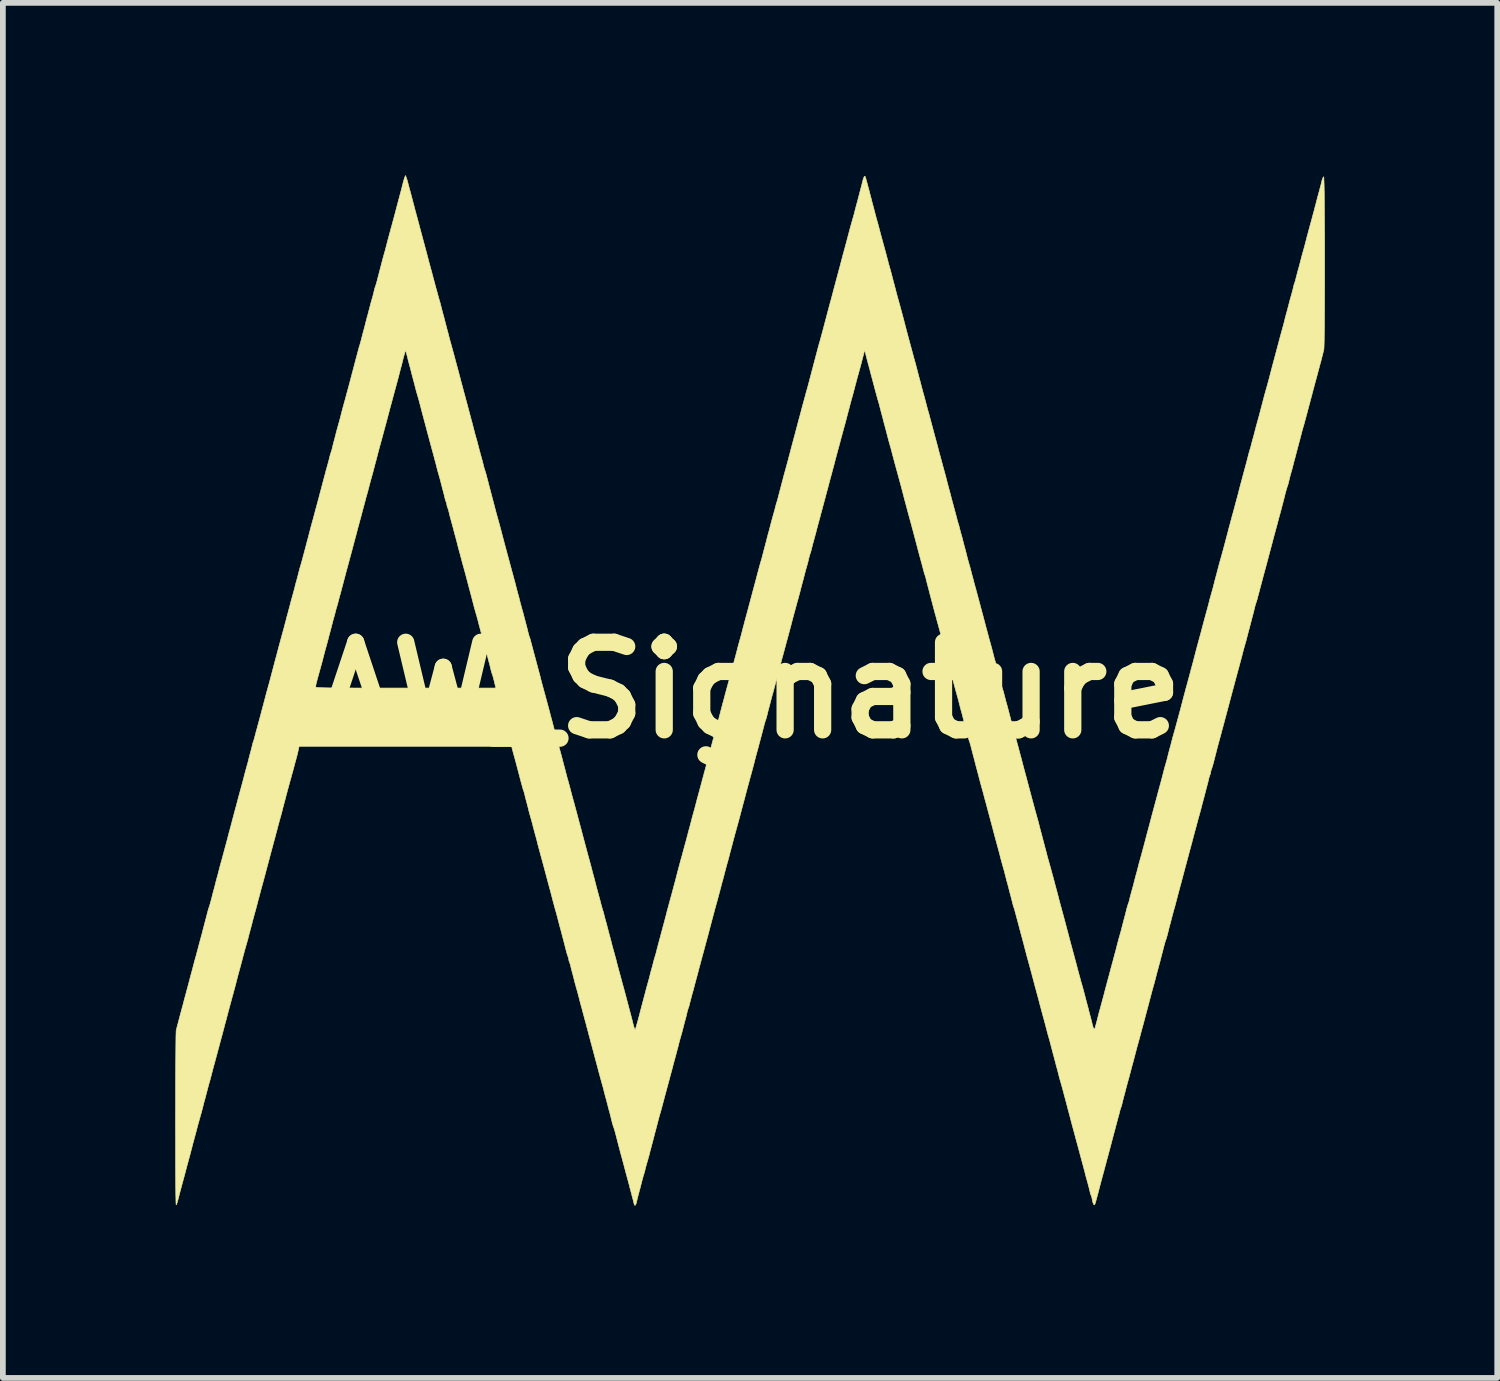
<source format=kicad_pcb>
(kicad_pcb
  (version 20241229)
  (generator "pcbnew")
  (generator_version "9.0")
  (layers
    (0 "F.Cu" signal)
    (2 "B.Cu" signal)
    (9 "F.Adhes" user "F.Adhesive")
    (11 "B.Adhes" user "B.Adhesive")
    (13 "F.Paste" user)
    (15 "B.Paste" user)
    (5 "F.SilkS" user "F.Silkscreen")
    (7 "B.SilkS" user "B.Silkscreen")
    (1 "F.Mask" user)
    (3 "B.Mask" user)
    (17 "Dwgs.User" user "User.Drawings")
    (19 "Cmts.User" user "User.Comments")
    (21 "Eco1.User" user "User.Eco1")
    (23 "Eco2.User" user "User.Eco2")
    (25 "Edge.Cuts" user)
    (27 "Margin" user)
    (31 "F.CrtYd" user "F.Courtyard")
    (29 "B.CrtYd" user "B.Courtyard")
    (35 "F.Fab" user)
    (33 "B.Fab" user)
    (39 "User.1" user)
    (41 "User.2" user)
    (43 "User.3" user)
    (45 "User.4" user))
  (footprint "AW_Signature"
    (layer "F.Cu")
    (at 10 8.965)
    (property "Reference" "AW_Signature" (at 0 0 0) (layer "F.SilkS") (effects (font (size 1.524 1.524) (thickness 0.3))))
    (attr through_hole)
    (fp_poly (pts (xy -5.979 -8.928) (xy -5.969 -8.9) (xy -5.956 -8.856) (xy -5.943 -8.807) (xy -5.928 -8.749) (xy -5.909 -8.68) (xy -5.892 -8.617) (xy -5.892 -8.617) (xy -5.876 -8.556) (xy -5.857 -8.483) (xy -5.838 -8.413) (xy -5.834 -8.395) (xy -5.819 -8.338) (xy -5.805 -8.287) (xy -5.794 -8.248) (xy -5.791 -8.236) (xy -5.783 -8.207) (xy -5.771 -8.161) (xy -5.756 -8.106) (xy -5.749 -8.077) (xy -5.732 -8.014) (xy -5.715 -7.951) (xy -5.697 -7.883) (xy -5.675 -7.802) (xy -5.649 -7.705) (xy -5.645 -7.69) (xy -5.632 -7.642) (xy -5.616 -7.581) (xy -5.599 -7.516) (xy -5.593 -7.493) (xy -5.578 -7.436) (xy -5.564 -7.385) (xy -5.553 -7.346) (xy -5.55 -7.334) (xy -5.542 -7.305) (xy -5.53 -7.26) (xy -5.515 -7.205) (xy -5.508 -7.176) (xy -5.487 -7.099) (xy -5.464 -7.012) (xy -5.439 -6.923) (xy -5.417 -6.841) (xy -5.398 -6.775) (xy -5.396 -6.769) (xy -5.385 -6.731) (xy -5.373 -6.682) (xy -5.366 -6.655) (xy -5.353 -6.604) (xy -5.34 -6.555) (xy -5.334 -6.534) (xy -5.322 -6.491) (xy -5.309 -6.439) (xy -5.302 -6.413) (xy -5.289 -6.363) (xy -5.276 -6.314) (xy -5.271 -6.293) (xy -5.259 -6.25) (xy -5.245 -6.198) (xy -5.239 -6.172) (xy -5.226 -6.124) (xy -5.214 -6.077) (xy -5.208 -6.058) (xy -5.195 -6.011) (xy -5.176 -5.94) (xy -5.15 -5.846) (xy -5.119 -5.729) (xy -5.081 -5.589) (xy -5.038 -5.427) (xy -5.029 -5.391) (xy -5.013 -5.332) (xy -4.996 -5.269) (xy -4.985 -5.226) (xy -4.972 -5.178) (xy -4.955 -5.117) (xy -4.938 -5.052) (xy -4.932 -5.029) (xy -4.906 -4.933) (xy -4.882 -4.843) (xy -4.861 -4.764) (xy -4.845 -4.703) (xy -4.837 -4.674) (xy -4.826 -4.635) (xy -4.814 -4.586) (xy -4.807 -4.559) (xy -4.794 -4.51) (xy -4.782 -4.462) (xy -4.776 -4.442) (xy -4.763 -4.395) (xy -4.749 -4.347) (xy -4.749 -4.347) (xy -4.738 -4.306) (xy -4.725 -4.255) (xy -4.718 -4.229) (xy -4.706 -4.181) (xy -4.693 -4.134) (xy -4.688 -4.115) (xy -4.671 -4.054) (xy -4.654 -3.992) (xy -4.64 -3.938) (xy -4.63 -3.897) (xy -4.627 -3.886) (xy -4.618 -3.85) (xy -4.61 -3.829) (xy -4.602 -3.805) (xy -4.59 -3.765) (xy -4.576 -3.714) (xy -4.572 -3.696) (xy -4.557 -3.64) (xy -4.544 -3.589) (xy -4.534 -3.55) (xy -4.532 -3.543) (xy -4.522 -3.505) (xy -4.509 -3.456) (xy -4.502 -3.429) (xy -4.489 -3.379) (xy -4.476 -3.329) (xy -4.47 -3.308) (xy -4.459 -3.265) (xy -4.445 -3.214) (xy -4.439 -3.188) (xy -4.426 -3.139) (xy -4.414 -3.093) (xy -4.408 -3.073) (xy -4.395 -3.025) (xy -4.376 -2.957) (xy -4.353 -2.874) (xy -4.328 -2.78) (xy -4.302 -2.68) (xy -4.28 -2.597) (xy -4.232 -2.417) (xy -4.184 -2.24) (xy -4.14 -2.076) (xy -4.133 -2.051) (xy -4.114 -1.982) (xy -4.097 -1.916) (xy -4.081 -1.859) (xy -4.071 -1.818) (xy -4.07 -1.816) (xy -4.058 -1.766) (xy -4.044 -1.716) (xy -4.039 -1.695) (xy -4.027 -1.653) (xy -4.013 -1.601) (xy -4.007 -1.575) (xy -3.994 -1.525) (xy -3.981 -1.477) (xy -3.976 -1.457) (xy -3.963 -1.41) (xy -3.949 -1.363) (xy -3.949 -1.362) (xy -3.938 -1.321) (xy -3.925 -1.271) (xy -3.918 -1.245) (xy -3.905 -1.194) (xy -3.892 -1.145) (xy -3.886 -1.124) (xy -3.874 -1.077) (xy -3.862 -1.026) (xy -3.859 -1.016) (xy -3.849 -0.975) (xy -3.839 -0.941) (xy -3.836 -0.933) (xy -3.824 -0.9) (xy -3.817 -0.876) (xy -3.811 -0.85) (xy -3.799 -0.807) (xy -3.785 -0.754) (xy -3.777 -0.724) (xy -3.758 -0.652) (xy -3.736 -0.571) (xy -3.716 -0.496) (xy -3.713 -0.483) (xy -3.697 -0.425) (xy -3.683 -0.372) (xy -3.672 -0.331) (xy -3.668 -0.318) (xy -3.658 -0.279) (xy -3.645 -0.23) (xy -3.639 -0.203) (xy -3.626 -0.155) (xy -3.614 -0.108) (xy -3.609 -0.089) (xy -3.596 -0.042) (xy -3.579 0.021) (xy -3.559 0.093) (xy -3.54 0.164) (xy -3.524 0.222) (xy -3.491 0.346) (xy -3.462 0.457) (xy -3.436 0.552) (xy -3.417 0.627) (xy -3.416 0.629) (xy -3.401 0.688) (xy -3.384 0.751) (xy -3.372 0.794) (xy -3.356 0.85) (xy -3.34 0.91) (xy -3.332 0.94) (xy -3.319 0.988) (xy -3.306 1.034) (xy -3.301 1.054) (xy -3.29 1.093) (xy -3.277 1.142) (xy -3.27 1.168) (xy -3.257 1.219) (xy -3.244 1.268) (xy -3.239 1.289) (xy -3.227 1.332) (xy -3.213 1.384) (xy -3.207 1.41) (xy -3.194 1.458) (xy -3.182 1.504) (xy -3.177 1.524) (xy -3.154 1.604) (xy -3.136 1.671) (xy -3.119 1.734) (xy -3.118 1.74) (xy -3.105 1.788) (xy -3.093 1.835) (xy -3.088 1.854) (xy -3.075 1.899) (xy -3.057 1.964) (xy -3.035 2.046) (xy -3.01 2.139) (xy -2.983 2.24) (xy -2.955 2.345) (xy -2.927 2.449) (xy -2.901 2.549) (xy -2.877 2.639) (xy -2.856 2.716) (xy -2.851 2.737) (xy -2.833 2.803) (xy -2.814 2.874) (xy -2.797 2.936) (xy -2.794 2.946) (xy -2.778 3.005) (xy -2.762 3.064) (xy -2.75 3.111) (xy -2.737 3.162) (xy -2.724 3.211) (xy -2.718 3.232) (xy -2.706 3.275) (xy -2.693 3.327) (xy -2.686 3.353) (xy -2.674 3.401) (xy -2.662 3.448) (xy -2.656 3.467) (xy -2.648 3.498) (xy -2.635 3.546) (xy -2.619 3.605) (xy -2.602 3.667) (xy -2.587 3.726) (xy -2.574 3.775) (xy -2.571 3.785) (xy -2.562 3.817) (xy -2.556 3.835) (xy -2.548 3.858) (xy -2.538 3.896) (xy -2.533 3.918) (xy -2.52 3.968) (xy -2.507 4.017) (xy -2.502 4.032) (xy -2.49 4.075) (xy -2.477 4.127) (xy -2.47 4.153) (xy -2.457 4.203) (xy -2.444 4.253) (xy -2.438 4.274) (xy -2.427 4.316) (xy -2.413 4.368) (xy -2.407 4.394) (xy -2.394 4.444) (xy -2.381 4.492) (xy -2.376 4.512) (xy -2.362 4.559) (xy -2.349 4.606) (xy -2.349 4.607) (xy -2.338 4.648) (xy -2.324 4.698) (xy -2.318 4.724) (xy -2.308 4.764) (xy -2.293 4.82) (xy -2.275 4.887) (xy -2.256 4.955) (xy -2.255 4.959) (xy -2.218 5.097) (xy -2.18 5.235) (xy -2.144 5.37) (xy -2.111 5.496) (xy -2.08 5.612) (xy -2.054 5.711) (xy -2.034 5.791) (xy -2.03 5.807) (xy -2.017 5.855) (xy -2.005 5.89) (xy -1.996 5.908) (xy -1.993 5.909) (xy -1.987 5.893) (xy -1.975 5.856) (xy -1.96 5.802) (xy -1.941 5.734) (xy -1.92 5.655) (xy -1.898 5.57) (xy -1.886 5.524) (xy -1.873 5.474) (xy -1.86 5.425) (xy -1.854 5.404) (xy -1.843 5.361) (xy -1.829 5.309) (xy -1.822 5.283) (xy -1.806 5.22) (xy -1.788 5.154) (xy -1.766 5.076) (xy -1.764 5.067) (xy -1.753 5.029) (xy -1.74 4.98) (xy -1.734 4.953) (xy -1.721 4.903) (xy -1.707 4.853) (xy -1.701 4.832) (xy -1.689 4.788) (xy -1.676 4.736) (xy -1.671 4.718) (xy -1.661 4.678) (xy -1.651 4.646) (xy -1.648 4.636) (xy -1.641 4.615) (xy -1.63 4.577) (xy -1.618 4.528) (xy -1.613 4.508) (xy -1.599 4.454) (xy -1.586 4.405) (xy -1.576 4.369) (xy -1.575 4.362) (xy -1.567 4.334) (xy -1.554 4.288) (xy -1.54 4.233) (xy -1.53 4.197) (xy -1.515 4.139) (xy -1.5 4.084) (xy -1.488 4.042) (xy -1.484 4.026) (xy -1.474 3.987) (xy -1.461 3.938) (xy -1.454 3.912) (xy -1.442 3.863) (xy -1.43 3.817) (xy -1.424 3.797) (xy -1.413 3.756) (xy -1.397 3.696) (xy -1.377 3.623) (xy -1.355 3.544) (xy -1.34 3.486) (xy -1.327 3.437) (xy -1.31 3.375) (xy -1.293 3.312) (xy -1.289 3.296) (xy -1.254 3.16) (xy -1.22 3.033) (xy -1.19 2.922) (xy -1.187 2.915) (xy -1.172 2.858) (xy -1.156 2.798) (xy -1.148 2.769) (xy -1.135 2.72) (xy -1.122 2.674) (xy -1.116 2.654) (xy -1.106 2.616) (xy -1.093 2.567) (xy -1.086 2.54) (xy -1.073 2.49) (xy -1.06 2.44) (xy -1.054 2.419) (xy -1.042 2.376) (xy -1.029 2.325) (xy -1.022 2.299) (xy -1.006 2.236) (xy -0.988 2.17) (xy -0.966 2.091) (xy -0.964 2.083) (xy -0.953 2.044) (xy -0.94 1.995) (xy -0.933 1.968) (xy -0.921 1.92) (xy -0.909 1.874) (xy -0.903 1.854) (xy -0.897 1.831) (xy -0.889 1.801) (xy -0.877 1.76) (xy -0.863 1.705) (xy -0.843 1.633) (xy -0.819 1.54) (xy -0.814 1.524) (xy -0.798 1.464) (xy -0.781 1.401) (xy -0.768 1.353) (xy -0.755 1.305) (xy -0.739 1.243) (xy -0.722 1.179) (xy -0.716 1.156) (xy -0.69 1.061) (xy -0.671 0.986) (xy -0.655 0.927) (xy -0.643 0.881) (xy -0.632 0.843) (xy -0.623 0.809) (xy -0.613 0.774) (xy -0.61 0.762) (xy -0.593 0.704) (xy -0.577 0.644) (xy -0.565 0.597) (xy -0.552 0.547) (xy -0.539 0.497) (xy -0.533 0.476) (xy -0.522 0.433) (xy -0.508 0.381) (xy -0.502 0.356) (xy -0.489 0.307) (xy -0.477 0.261) (xy -0.472 0.241) (xy -0.463 0.21) (xy -0.45 0.162) (xy -0.435 0.105) (xy -0.426 0.07) (xy -0.41 0.012) (xy -0.396 -0.041) (xy -0.385 -0.08) (xy -0.381 -0.095) (xy -0.372 -0.129) (xy -0.359 -0.175) (xy -0.35 -0.21) (xy -0.336 -0.259) (xy -0.323 -0.306) (xy -0.316 -0.33) (xy -0.305 -0.369) (xy -0.293 -0.418) (xy -0.286 -0.445) (xy -0.273 -0.495) (xy -0.26 -0.544) (xy -0.254 -0.565) (xy -0.242 -0.608) (xy -0.229 -0.66) (xy -0.222 -0.686) (xy -0.206 -0.749) (xy -0.188 -0.815) (xy -0.166 -0.893) (xy -0.164 -0.902) (xy -0.153 -0.94) (xy -0.14 -0.989) (xy -0.133 -1.016) (xy -0.122 -1.061) (xy -0.106 -1.12) (xy -0.089 -1.183) (xy -0.085 -1.2) (xy -0.044 -1.351) (xy 0.002 -1.523) (xy 0.052 -1.711) (xy 0.106 -1.912) (xy 0.139 -2.038) (xy 0.157 -2.104) (xy 0.174 -2.168) (xy 0.189 -2.221) (xy 0.199 -2.254) (xy 0.214 -2.306) (xy 0.229 -2.364) (xy 0.235 -2.388) (xy 0.248 -2.438) (xy 0.261 -2.488) (xy 0.267 -2.508) (xy 0.278 -2.551) (xy 0.292 -2.603) (xy 0.298 -2.629) (xy 0.311 -2.679) (xy 0.324 -2.729) (xy 0.33 -2.75) (xy 0.342 -2.792) (xy 0.355 -2.844) (xy 0.362 -2.87) (xy 0.376 -2.923) (xy 0.39 -2.976) (xy 0.407 -3.038) (xy 0.42 -3.083) (xy 0.432 -3.125) (xy 0.445 -3.175) (xy 0.45 -3.194) (xy 0.46 -3.235) (xy 0.47 -3.267) (xy 0.473 -3.277) (xy 0.48 -3.297) (xy 0.49 -3.335) (xy 0.503 -3.384) (xy 0.508 -3.404) (xy 0.522 -3.459) (xy 0.536 -3.51) (xy 0.546 -3.549) (xy 0.548 -3.556) (xy 0.558 -3.595) (xy 0.571 -3.644) (xy 0.578 -3.67) (xy 0.59 -3.719) (xy 0.603 -3.765) (xy 0.608 -3.785) (xy 0.624 -3.839) (xy 0.638 -3.892) (xy 0.654 -3.951) (xy 0.674 -4.025) (xy 0.677 -4.039) (xy 0.696 -4.108) (xy 0.717 -4.189) (xy 0.737 -4.265) (xy 0.743 -4.286) (xy 0.76 -4.352) (xy 0.779 -4.421) (xy 0.795 -4.481) (xy 0.8 -4.502) (xy 0.816 -4.561) (xy 0.833 -4.624) (xy 0.844 -4.667) (xy 0.857 -4.715) (xy 0.874 -4.777) (xy 0.891 -4.841) (xy 0.897 -4.864) (xy 0.918 -4.944) (xy 0.941 -5.027) (xy 0.963 -5.107) (xy 0.982 -5.179) (xy 0.998 -5.236) (xy 1.005 -5.258) (xy 1.015 -5.296) (xy 1.028 -5.345) (xy 1.035 -5.372) (xy 1.048 -5.422) (xy 1.061 -5.472) (xy 1.067 -5.493) (xy 1.078 -5.536) (xy 1.092 -5.588) (xy 1.099 -5.613) (xy 1.111 -5.664) (xy 1.125 -5.713) (xy 1.13 -5.734) (xy 1.142 -5.777) (xy 1.155 -5.829) (xy 1.162 -5.855) (xy 1.175 -5.903) (xy 1.187 -5.949) (xy 1.192 -5.969) (xy 1.208 -6.026) (xy 1.23 -6.102) (xy 1.255 -6.195) (xy 1.283 -6.298) (xy 1.312 -6.409) (xy 1.342 -6.522) (xy 1.367 -6.617) (xy 1.382 -6.673) (xy 1.396 -6.725) (xy 1.406 -6.763) (xy 1.41 -6.775) (xy 1.418 -6.804) (xy 1.43 -6.85) (xy 1.445 -6.905) (xy 1.452 -6.934) (xy 1.469 -6.998) (xy 1.486 -7.06) (xy 1.504 -7.129) (xy 1.526 -7.209) (xy 1.552 -7.307) (xy 1.556 -7.322) (xy 1.569 -7.369) (xy 1.585 -7.431) (xy 1.602 -7.495) (xy 1.608 -7.518) (xy 1.623 -7.575) (xy 1.637 -7.626) (xy 1.647 -7.665) (xy 1.651 -7.677) (xy 1.659 -7.706) (xy 1.671 -7.751) (xy 1.686 -7.807) (xy 1.695 -7.842) (xy 1.722 -7.943) (xy 1.743 -8.023) (xy 1.76 -8.085) (xy 1.773 -8.132) (xy 1.779 -8.153) (xy 1.792 -8.199) (xy 1.805 -8.242) (xy 1.816 -8.281) (xy 1.828 -8.33) (xy 1.835 -8.357) (xy 1.848 -8.407) (xy 1.861 -8.457) (xy 1.867 -8.477) (xy 1.879 -8.52) (xy 1.892 -8.572) (xy 1.899 -8.598) (xy 1.912 -8.648) (xy 1.925 -8.698) (xy 1.93 -8.719) (xy 1.942 -8.761) (xy 1.955 -8.813) (xy 1.961 -8.84) (xy 1.976 -8.896) (xy 1.99 -8.933) (xy 2.002 -8.949) (xy 2.011 -8.942) (xy 2.012 -8.941) (xy 2.018 -8.921) (xy 2.029 -8.882) (xy 2.044 -8.828) (xy 2.06 -8.767) (xy 2.078 -8.702) (xy 2.094 -8.639) (xy 2.108 -8.584) (xy 2.115 -8.56) (xy 2.127 -8.509) (xy 2.141 -8.46) (xy 2.146 -8.439) (xy 2.158 -8.396) (xy 2.171 -8.344) (xy 2.178 -8.319) (xy 2.19 -8.27) (xy 2.203 -8.224) (xy 2.208 -8.204) (xy 2.231 -8.124) (xy 2.249 -8.057) (xy 2.265 -7.994) (xy 2.267 -7.988) (xy 2.279 -7.94) (xy 2.292 -7.894) (xy 2.297 -7.874) (xy 2.308 -7.837) (xy 2.321 -7.788) (xy 2.331 -7.753) (xy 2.344 -7.704) (xy 2.357 -7.657) (xy 2.364 -7.633) (xy 2.374 -7.594) (xy 2.387 -7.545) (xy 2.394 -7.518) (xy 2.407 -7.469) (xy 2.419 -7.421) (xy 2.425 -7.401) (xy 2.438 -7.354) (xy 2.452 -7.307) (xy 2.452 -7.306) (xy 2.463 -7.265) (xy 2.476 -7.215) (xy 2.483 -7.188) (xy 2.496 -7.138) (xy 2.509 -7.088) (xy 2.515 -7.068) (xy 2.526 -7.025) (xy 2.54 -6.973) (xy 2.546 -6.947) (xy 2.559 -6.898) (xy 2.575 -6.838) (xy 2.591 -6.782) (xy 2.6 -6.75) (xy 2.608 -6.72) (xy 2.617 -6.688) (xy 2.627 -6.651) (xy 2.639 -6.605) (xy 2.655 -6.547) (xy 2.675 -6.472) (xy 2.7 -6.377) (xy 2.705 -6.356) (xy 2.731 -6.257) (xy 2.759 -6.152) (xy 2.787 -6.048) (xy 2.814 -5.948) (xy 2.839 -5.856) (xy 2.86 -5.778) (xy 2.877 -5.717) (xy 2.885 -5.69) (xy 2.895 -5.651) (xy 2.908 -5.602) (xy 2.915 -5.575) (xy 2.928 -5.525) (xy 2.941 -5.475) (xy 2.946 -5.455) (xy 2.958 -5.412) (xy 2.972 -5.36) (xy 2.978 -5.334) (xy 2.991 -5.285) (xy 3.004 -5.237) (xy 3.009 -5.217) (xy 3.022 -5.169) (xy 3.036 -5.122) (xy 3.036 -5.121) (xy 3.047 -5.081) (xy 3.06 -5.03) (xy 3.067 -5.004) (xy 3.08 -4.955) (xy 3.092 -4.909) (xy 3.097 -4.889) (xy 3.108 -4.852) (xy 3.122 -4.803) (xy 3.139 -4.738) (xy 3.161 -4.655) (xy 3.182 -4.578) (xy 3.197 -4.521) (xy 3.211 -4.468) (xy 3.222 -4.428) (xy 3.226 -4.413) (xy 3.234 -4.384) (xy 3.246 -4.339) (xy 3.261 -4.284) (xy 3.269 -4.255) (xy 3.285 -4.191) (xy 3.302 -4.127) (xy 3.317 -4.073) (xy 3.321 -4.058) (xy 3.343 -3.977) (xy 3.364 -3.899) (xy 3.383 -3.829) (xy 3.398 -3.774) (xy 3.406 -3.747) (xy 3.416 -3.708) (xy 3.429 -3.659) (xy 3.435 -3.632) (xy 3.448 -3.584) (xy 3.46 -3.537) (xy 3.465 -3.518) (xy 3.474 -3.486) (xy 3.487 -3.438) (xy 3.502 -3.381) (xy 3.509 -3.353) (xy 3.528 -3.281) (xy 3.55 -3.2) (xy 3.57 -3.125) (xy 3.574 -3.111) (xy 3.589 -3.056) (xy 3.602 -3.006) (xy 3.611 -2.97) (xy 3.614 -2.959) (xy 3.623 -2.927) (xy 3.629 -2.908) (xy 3.636 -2.885) (xy 3.647 -2.848) (xy 3.652 -2.826) (xy 3.665 -2.776) (xy 3.678 -2.727) (xy 3.683 -2.711) (xy 3.695 -2.669) (xy 3.708 -2.617) (xy 3.715 -2.591) (xy 3.728 -2.54) (xy 3.741 -2.491) (xy 3.747 -2.47) (xy 3.758 -2.427) (xy 3.772 -2.375) (xy 3.778 -2.349) (xy 3.794 -2.286) (xy 3.812 -2.221) (xy 3.835 -2.142) (xy 3.837 -2.134) (xy 3.848 -2.095) (xy 3.86 -2.046) (xy 3.867 -2.019) (xy 3.879 -1.974) (xy 3.895 -1.915) (xy 3.911 -1.853) (xy 3.916 -1.835) (xy 3.935 -1.767) (xy 3.956 -1.689) (xy 3.976 -1.615) (xy 3.98 -1.6) (xy 3.997 -1.537) (xy 4.014 -1.473) (xy 4.028 -1.419) (xy 4.033 -1.403) (xy 4.045 -1.356) (xy 4.062 -1.294) (xy 4.079 -1.229) (xy 4.085 -1.206) (xy 4.11 -1.111) (xy 4.13 -1.037) (xy 4.146 -0.978) (xy 4.158 -0.932) (xy 4.168 -0.894) (xy 4.178 -0.86) (xy 4.188 -0.825) (xy 4.191 -0.813) (xy 4.207 -0.755) (xy 4.223 -0.695) (xy 4.235 -0.648) (xy 4.248 -0.597) (xy 4.261 -0.548) (xy 4.267 -0.527) (xy 4.279 -0.484) (xy 4.292 -0.432) (xy 4.299 -0.406) (xy 4.311 -0.358) (xy 4.323 -0.312) (xy 4.329 -0.292) (xy 4.338 -0.259) (xy 4.35 -0.21) (xy 4.365 -0.155) (xy 4.368 -0.14) (xy 4.382 -0.088) (xy 4.395 -0.043) (xy 4.404 -0.012) (xy 4.407 -0.006) (xy 4.418 0.027) (xy 4.424 0.051) (xy 4.432 0.083) (xy 4.445 0.133) (xy 4.46 0.192) (xy 4.478 0.254) (xy 4.485 0.279) (xy 4.495 0.318) (xy 4.508 0.367) (xy 4.515 0.394) (xy 4.528 0.444) (xy 4.541 0.494) (xy 4.547 0.514) (xy 4.558 0.557) (xy 4.572 0.609) (xy 4.578 0.635) (xy 4.59 0.681) (xy 4.602 0.728) (xy 4.617 0.782) (xy 4.635 0.845) (xy 4.644 0.876) (xy 4.658 0.929) (xy 4.678 1.002) (xy 4.701 1.09) (xy 4.729 1.192) (xy 4.758 1.305) (xy 4.79 1.425) (xy 4.807 1.486) (xy 4.835 1.593) (xy 4.864 1.702) (xy 4.893 1.81) (xy 4.92 1.913) (xy 4.946 2.007) (xy 4.968 2.09) (xy 4.987 2.157) (xy 5 2.205) (xy 5.005 2.223) (xy 5.016 2.261) (xy 5.029 2.31) (xy 5.036 2.337) (xy 5.048 2.387) (xy 5.062 2.437) (xy 5.067 2.457) (xy 5.079 2.5) (xy 5.092 2.552) (xy 5.099 2.578) (xy 5.112 2.628) (xy 5.125 2.678) (xy 5.131 2.699) (xy 5.142 2.742) (xy 5.156 2.794) (xy 5.163 2.819) (xy 5.175 2.868) (xy 5.187 2.914) (xy 5.193 2.934) (xy 5.211 2.998) (xy 5.234 3.079) (xy 5.258 3.168) (xy 5.282 3.255) (xy 5.303 3.333) (xy 5.304 3.34) (xy 5.32 3.398) (xy 5.334 3.451) (xy 5.345 3.492) (xy 5.349 3.505) (xy 5.359 3.544) (xy 5.372 3.593) (xy 5.378 3.619) (xy 5.391 3.668) (xy 5.403 3.714) (xy 5.408 3.734) (xy 5.42 3.775) (xy 5.436 3.835) (xy 5.456 3.908) (xy 5.477 3.987) (xy 5.493 4.045) (xy 5.506 4.094) (xy 5.522 4.156) (xy 5.539 4.219) (xy 5.543 4.235) (xy 5.59 4.413) (xy 5.637 4.587) (xy 5.645 4.616) (xy 5.659 4.669) (xy 5.676 4.732) (xy 5.691 4.788) (xy 5.716 4.883) (xy 5.736 4.957) (xy 5.751 5.012) (xy 5.762 5.053) (xy 5.77 5.083) (xy 5.776 5.104) (xy 5.779 5.112) (xy 5.815 5.241) (xy 5.836 5.321) (xy 5.849 5.372) (xy 5.862 5.421) (xy 5.867 5.442) (xy 5.879 5.485) (xy 5.893 5.537) (xy 5.899 5.563) (xy 5.912 5.613) (xy 5.925 5.663) (xy 5.931 5.683) (xy 5.942 5.725) (xy 5.955 5.777) (xy 5.962 5.808) (xy 5.977 5.862) (xy 5.99 5.892) (xy 6.002 5.898) (xy 6.012 5.88) (xy 6.014 5.872) (xy 6.022 5.839) (xy 6.029 5.817) (xy 6.035 5.794) (xy 6.045 5.757) (xy 6.052 5.728) (xy 6.064 5.682) (xy 6.079 5.623) (xy 6.096 5.561) (xy 6.101 5.544) (xy 6.116 5.487) (xy 6.136 5.414) (xy 6.157 5.335) (xy 6.178 5.258) (xy 6.179 5.251) (xy 6.199 5.176) (xy 6.22 5.098) (xy 6.239 5.027) (xy 6.254 4.971) (xy 6.256 4.966) (xy 6.272 4.903) (xy 6.292 4.828) (xy 6.312 4.755) (xy 6.319 4.731) (xy 6.334 4.672) (xy 6.349 4.618) (xy 6.36 4.575) (xy 6.365 4.559) (xy 6.375 4.521) (xy 6.388 4.472) (xy 6.394 4.445) (xy 6.407 4.396) (xy 6.42 4.348) (xy 6.425 4.328) (xy 6.439 4.28) (xy 6.452 4.233) (xy 6.452 4.232) (xy 6.464 4.192) (xy 6.477 4.141) (xy 6.483 4.115) (xy 6.496 4.066) (xy 6.508 4.02) (xy 6.513 4) (xy 6.522 3.967) (xy 6.535 3.919) (xy 6.549 3.863) (xy 6.553 3.848) (xy 6.566 3.796) (xy 6.579 3.751) (xy 6.589 3.72) (xy 6.591 3.715) (xy 6.603 3.681) (xy 6.609 3.658) (xy 6.616 3.625) (xy 6.629 3.576) (xy 6.645 3.516) (xy 6.662 3.454) (xy 6.669 3.429) (xy 6.68 3.39) (xy 6.692 3.341) (xy 6.699 3.315) (xy 6.712 3.264) (xy 6.725 3.215) (xy 6.731 3.194) (xy 6.743 3.151) (xy 6.756 3.099) (xy 6.763 3.073) (xy 6.775 3.025) (xy 6.788 2.979) (xy 6.793 2.959) (xy 6.806 2.914) (xy 6.821 2.86) (xy 6.838 2.795) (xy 6.86 2.715) (xy 6.886 2.617) (xy 6.917 2.498) (xy 6.921 2.483) (xy 6.941 2.41) (xy 6.962 2.331) (xy 6.981 2.259) (xy 6.992 2.216) (xy 7.009 2.153) (xy 7.029 2.078) (xy 7.05 2.001) (xy 7.061 1.959) (xy 7.082 1.882) (xy 7.105 1.794) (xy 7.128 1.71) (xy 7.138 1.673) (xy 7.156 1.608) (xy 7.173 1.544) (xy 7.187 1.49) (xy 7.195 1.46) (xy 7.207 1.411) (xy 7.22 1.363) (xy 7.225 1.343) (xy 7.239 1.296) (xy 7.252 1.249) (xy 7.253 1.248) (xy 7.264 1.207) (xy 7.277 1.157) (xy 7.283 1.13) (xy 7.296 1.08) (xy 7.309 1.03) (xy 7.315 1.01) (xy 7.327 0.967) (xy 7.34 0.915) (xy 7.347 0.889) (xy 7.359 0.84) (xy 7.372 0.794) (xy 7.377 0.775) (xy 7.396 0.71) (xy 7.418 0.629) (xy 7.442 0.541) (xy 7.466 0.454) (xy 7.486 0.378) (xy 7.488 0.372) (xy 7.515 0.27) (xy 7.539 0.177) (xy 7.56 0.097) (xy 7.578 0.031) (xy 7.59 -0.015) (xy 7.594 -0.032) (xy 7.605 -0.069) (xy 7.62 -0.125) (xy 7.638 -0.191) (xy 7.657 -0.261) (xy 7.675 -0.328) (xy 7.677 -0.337) (xy 7.69 -0.385) (xy 7.707 -0.447) (xy 7.724 -0.511) (xy 7.728 -0.527) (xy 7.774 -0.704) (xy 7.821 -0.878) (xy 7.829 -0.908) (xy 7.844 -0.961) (xy 7.861 -1.024) (xy 7.875 -1.079) (xy 7.901 -1.176) (xy 7.921 -1.251) (xy 7.937 -1.308) (xy 7.948 -1.351) (xy 7.957 -1.383) (xy 7.964 -1.407) (xy 7.965 -1.41) (xy 7.975 -1.448) (xy 7.988 -1.497) (xy 7.995 -1.524) (xy 8.007 -1.573) (xy 8.019 -1.619) (xy 8.025 -1.638) (xy 8.048 -1.719) (xy 8.066 -1.785) (xy 8.082 -1.848) (xy 8.084 -1.854) (xy 8.096 -1.905) (xy 8.11 -1.954) (xy 8.115 -1.975) (xy 8.127 -2.018) (xy 8.14 -2.07) (xy 8.147 -2.095) (xy 8.16 -2.144) (xy 8.172 -2.19) (xy 8.177 -2.21) (xy 8.192 -2.262) (xy 8.212 -2.333) (xy 8.235 -2.417) (xy 8.26 -2.509) (xy 8.285 -2.603) (xy 8.293 -2.635) (xy 8.321 -2.739) (xy 8.342 -2.822) (xy 8.36 -2.887) (xy 8.374 -2.94) (xy 8.386 -2.984) (xy 8.396 -3.023) (xy 8.401 -3.042) (xy 8.416 -3.094) (xy 8.433 -3.157) (xy 8.448 -3.213) (xy 8.462 -3.266) (xy 8.475 -3.315) (xy 8.485 -3.351) (xy 8.486 -3.353) (xy 8.496 -3.391) (xy 8.509 -3.44) (xy 8.515 -3.467) (xy 8.528 -3.516) (xy 8.54 -3.562) (xy 8.545 -3.581) (xy 8.554 -3.613) (xy 8.567 -3.661) (xy 8.582 -3.718) (xy 8.591 -3.753) (xy 8.607 -3.811) (xy 8.621 -3.863) (xy 8.632 -3.903) (xy 8.636 -3.918) (xy 8.644 -3.948) (xy 8.656 -3.994) (xy 8.67 -4.048) (xy 8.674 -4.064) (xy 8.687 -4.115) (xy 8.699 -4.158) (xy 8.707 -4.186) (xy 8.709 -4.191) (xy 8.716 -4.214) (xy 8.727 -4.251) (xy 8.732 -4.274) (xy 8.745 -4.323) (xy 8.758 -4.373) (xy 8.763 -4.388) (xy 8.775 -4.431) (xy 8.788 -4.483) (xy 8.795 -4.508) (xy 8.811 -4.572) (xy 8.829 -4.637) (xy 8.851 -4.716) (xy 8.853 -4.724) (xy 8.864 -4.763) (xy 8.877 -4.812) (xy 8.884 -4.839) (xy 8.897 -4.889) (xy 8.91 -4.939) (xy 8.915 -4.959) (xy 8.927 -5.002) (xy 8.94 -5.054) (xy 8.947 -5.08) (xy 8.961 -5.134) (xy 8.977 -5.191) (xy 8.983 -5.213) (xy 8.994 -5.251) (xy 9.01 -5.306) (xy 9.027 -5.37) (xy 9.043 -5.429) (xy 9.104 -5.663) (xy 9.166 -5.894) (xy 9.225 -6.116) (xy 9.281 -6.321) (xy 9.286 -6.337) (xy 9.296 -6.376) (xy 9.309 -6.425) (xy 9.315 -6.452) (xy 9.328 -6.502) (xy 9.341 -6.552) (xy 9.347 -6.572) (xy 9.359 -6.615) (xy 9.372 -6.667) (xy 9.379 -6.693) (xy 9.392 -6.742) (xy 9.404 -6.79) (xy 9.41 -6.81) (xy 9.423 -6.857) (xy 9.437 -6.905) (xy 9.437 -6.906) (xy 9.449 -6.95) (xy 9.461 -6.999) (xy 9.463 -7.01) (xy 9.473 -7.051) (xy 9.484 -7.085) (xy 9.487 -7.093) (xy 9.498 -7.126) (xy 9.504 -7.15) (xy 9.512 -7.182) (xy 9.525 -7.232) (xy 9.54 -7.291) (xy 9.558 -7.353) (xy 9.565 -7.379) (xy 9.575 -7.417) (xy 9.588 -7.466) (xy 9.595 -7.493) (xy 9.607 -7.542) (xy 9.62 -7.588) (xy 9.625 -7.607) (xy 9.648 -7.688) (xy 9.666 -7.754) (xy 9.682 -7.817) (xy 9.684 -7.823) (xy 9.696 -7.872) (xy 9.708 -7.918) (xy 9.714 -7.938) (xy 9.723 -7.972) (xy 9.736 -8.021) (xy 9.751 -8.074) (xy 9.751 -8.077) (xy 9.768 -8.137) (xy 9.785 -8.2) (xy 9.798 -8.249) (xy 9.811 -8.297) (xy 9.828 -8.359) (xy 9.844 -8.423) (xy 9.849 -8.439) (xy 9.866 -8.506) (xy 9.886 -8.583) (xy 9.906 -8.658) (xy 9.913 -8.68) (xy 9.929 -8.742) (xy 9.945 -8.802) (xy 9.957 -8.851) (xy 9.961 -8.87) (xy 9.973 -8.907) (xy 9.985 -8.932) (xy 9.992 -8.938) (xy 9.994 -8.926) (xy 9.996 -8.891) (xy 9.998 -8.834) (xy 10 -8.758) (xy 10.002 -8.664) (xy 10.003 -8.553) (xy 10.004 -8.429) (xy 10.005 -8.293) (xy 10.006 -8.147) (xy 10.007 -7.992) (xy 10.008 -7.83) (xy 10.008 -7.665) (xy 10.008 -7.496) (xy 10.008 -7.327) (xy 10.008 -7.159) (xy 10.008 -6.994) (xy 10.007 -6.834) (xy 10.007 -6.681) (xy 10.006 -6.537) (xy 10.005 -6.403) (xy 10.004 -6.282) (xy 10.002 -6.175) (xy 10.001 -6.084) (xy 9.999 -6.012) (xy 9.997 -5.96) (xy 9.995 -5.93) (xy 9.994 -5.925) (xy 9.983 -5.882) (xy 9.97 -5.83) (xy 9.963 -5.804) (xy 9.951 -5.755) (xy 9.939 -5.709) (xy 9.933 -5.69) (xy 9.924 -5.655) (xy 9.911 -5.606) (xy 9.896 -5.553) (xy 9.896 -5.55) (xy 9.882 -5.498) (xy 9.864 -5.431) (xy 9.844 -5.358) (xy 9.829 -5.302) (xy 9.792 -5.162) (xy 9.757 -5.031) (xy 9.722 -4.899) (xy 9.691 -4.782) (xy 9.673 -4.716) (xy 9.656 -4.652) (xy 9.641 -4.599) (xy 9.631 -4.566) (xy 9.616 -4.514) (xy 9.601 -4.456) (xy 9.595 -4.432) (xy 9.582 -4.382) (xy 9.569 -4.332) (xy 9.563 -4.312) (xy 9.552 -4.269) (xy 9.538 -4.217) (xy 9.531 -4.191) (xy 9.518 -4.141) (xy 9.505 -4.091) (xy 9.5 -4.07) (xy 9.488 -4.027) (xy 9.474 -3.976) (xy 9.468 -3.95) (xy 9.455 -3.901) (xy 9.443 -3.855) (xy 9.438 -3.835) (xy 9.417 -3.764) (xy 9.403 -3.71) (xy 9.392 -3.666) (xy 9.384 -3.632) (xy 9.374 -3.591) (xy 9.363 -3.558) (xy 9.36 -3.55) (xy 9.352 -3.526) (xy 9.34 -3.485) (xy 9.326 -3.435) (xy 9.321 -3.416) (xy 9.305 -3.35) (xy 9.286 -3.276) (xy 9.266 -3.201) (xy 9.248 -3.131) (xy 9.232 -3.072) (xy 9.22 -3.03) (xy 9.22 -3.029) (xy 9.212 -3) (xy 9.2 -2.955) (xy 9.185 -2.899) (xy 9.176 -2.864) (xy 9.16 -2.806) (xy 9.146 -2.753) (xy 9.135 -2.714) (xy 9.131 -2.699) (xy 9.123 -2.67) (xy 9.111 -2.624) (xy 9.097 -2.569) (xy 9.089 -2.54) (xy 9.049 -2.389) (xy 9.011 -2.246) (xy 8.986 -2.153) (xy 8.971 -2.098) (xy 8.954 -2.035) (xy 8.941 -1.988) (xy 8.928 -1.938) (xy 8.911 -1.872) (xy 8.892 -1.802) (xy 8.879 -1.753) (xy 8.863 -1.692) (xy 8.848 -1.638) (xy 8.837 -1.596) (xy 8.832 -1.575) (xy 8.821 -1.539) (xy 8.813 -1.518) (xy 8.804 -1.49) (xy 8.793 -1.45) (xy 8.79 -1.435) (xy 8.778 -1.386) (xy 8.766 -1.336) (xy 8.763 -1.327) (xy 8.751 -1.284) (xy 8.738 -1.232) (xy 8.731 -1.206) (xy 8.718 -1.156) (xy 8.705 -1.107) (xy 8.7 -1.086) (xy 8.688 -1.043) (xy 8.674 -0.991) (xy 8.668 -0.965) (xy 8.655 -0.917) (xy 8.643 -0.87) (xy 8.638 -0.851) (xy 8.619 -0.785) (xy 8.605 -0.736) (xy 8.594 -0.697) (xy 8.585 -0.661) (xy 8.578 -0.635) (xy 8.567 -0.59) (xy 8.551 -0.531) (xy 8.534 -0.468) (xy 8.53 -0.451) (xy 8.511 -0.383) (xy 8.49 -0.305) (xy 8.47 -0.231) (xy 8.466 -0.216) (xy 8.449 -0.153) (xy 8.432 -0.089) (xy 8.418 -0.035) (xy 8.413 -0.019) (xy 8.371 0.139) (xy 8.326 0.309) (xy 8.31 0.368) (xy 8.295 0.425) (xy 8.281 0.476) (xy 8.271 0.515) (xy 8.268 0.527) (xy 8.26 0.556) (xy 8.248 0.601) (xy 8.233 0.657) (xy 8.223 0.692) (xy 8.208 0.75) (xy 8.194 0.803) (xy 8.183 0.842) (xy 8.179 0.857) (xy 8.167 0.9) (xy 8.151 0.96) (xy 8.132 1.032) (xy 8.113 1.108) (xy 8.094 1.181) (xy 8.078 1.245) (xy 8.064 1.296) (xy 8.051 1.34) (xy 8.041 1.369) (xy 8.039 1.375) (xy 8.028 1.407) (xy 8.026 1.422) (xy 8.02 1.456) (xy 8.014 1.47) (xy 8.004 1.496) (xy 7.993 1.534) (xy 7.99 1.549) (xy 7.978 1.599) (xy 7.965 1.648) (xy 7.963 1.657) (xy 7.951 1.7) (xy 7.938 1.752) (xy 7.931 1.778) (xy 7.918 1.828) (xy 7.905 1.878) (xy 7.899 1.899) (xy 7.888 1.942) (xy 7.874 1.993) (xy 7.868 2.019) (xy 7.855 2.068) (xy 7.843 2.114) (xy 7.837 2.134) (xy 7.83 2.16) (xy 7.822 2.189) (xy 7.812 2.223) (xy 7.801 2.264) (xy 7.788 2.314) (xy 7.771 2.377) (xy 7.75 2.454) (xy 7.725 2.547) (xy 7.696 2.659) (xy 7.66 2.792) (xy 7.639 2.87) (xy 7.605 2.998) (xy 7.569 3.132) (xy 7.534 3.264) (xy 7.502 3.384) (xy 7.491 3.423) (xy 7.474 3.487) (xy 7.457 3.551) (xy 7.443 3.605) (xy 7.436 3.632) (xy 7.423 3.681) (xy 7.411 3.727) (xy 7.406 3.747) (xy 7.383 3.827) (xy 7.365 3.893) (xy 7.348 3.956) (xy 7.347 3.962) (xy 7.334 4.013) (xy 7.321 4.062) (xy 7.315 4.083) (xy 7.302 4.131) (xy 7.29 4.181) (xy 7.289 4.185) (xy 7.273 4.249) (xy 7.257 4.308) (xy 7.242 4.352) (xy 7.238 4.362) (xy 7.23 4.386) (xy 7.219 4.427) (xy 7.205 4.477) (xy 7.201 4.496) (xy 7.183 4.565) (xy 7.163 4.642) (xy 7.143 4.721) (xy 7.123 4.794) (xy 7.107 4.854) (xy 7.097 4.889) (xy 7.087 4.928) (xy 7.074 4.977) (xy 7.068 5.004) (xy 7.055 5.052) (xy 7.043 5.099) (xy 7.037 5.118) (xy 7.022 5.172) (xy 7.007 5.225) (xy 6.991 5.284) (xy 6.972 5.359) (xy 6.968 5.372) (xy 6.934 5.502) (xy 6.897 5.641) (xy 6.859 5.785) (xy 6.821 5.924) (xy 6.787 6.052) (xy 6.761 6.147) (xy 6.742 6.214) (xy 6.725 6.28) (xy 6.71 6.337) (xy 6.7 6.375) (xy 6.687 6.426) (xy 6.674 6.475) (xy 6.668 6.496) (xy 6.656 6.539) (xy 6.642 6.591) (xy 6.636 6.617) (xy 6.623 6.665) (xy 6.611 6.711) (xy 6.606 6.731) (xy 6.583 6.811) (xy 6.565 6.878) (xy 6.548 6.941) (xy 6.547 6.947) (xy 6.534 6.997) (xy 6.521 7.047) (xy 6.515 7.068) (xy 6.503 7.114) (xy 6.49 7.165) (xy 6.488 7.176) (xy 6.478 7.216) (xy 6.468 7.25) (xy 6.465 7.258) (xy 6.453 7.291) (xy 6.446 7.315) (xy 6.44 7.34) (xy 6.429 7.383) (xy 6.414 7.438) (xy 6.399 7.493) (xy 6.372 7.596) (xy 6.35 7.678) (xy 6.332 7.744) (xy 6.318 7.799) (xy 6.305 7.847) (xy 6.294 7.891) (xy 6.281 7.937) (xy 6.278 7.95) (xy 6.263 8.007) (xy 6.249 8.058) (xy 6.239 8.097) (xy 6.236 8.109) (xy 6.228 8.137) (xy 6.215 8.183) (xy 6.201 8.239) (xy 6.191 8.274) (xy 6.176 8.332) (xy 6.162 8.384) (xy 6.151 8.424) (xy 6.147 8.439) (xy 6.136 8.479) (xy 6.121 8.535) (xy 6.104 8.599) (xy 6.087 8.664) (xy 6.072 8.723) (xy 6.06 8.768) (xy 6.056 8.782) (xy 6.045 8.825) (xy 6.031 8.876) (xy 6.024 8.902) (xy 6.012 8.94) (xy 6.003 8.957) (xy 5.995 8.957) (xy 5.988 8.949) (xy 5.976 8.923) (xy 5.966 8.885) (xy 5.963 8.867) (xy 5.956 8.829) (xy 5.947 8.801) (xy 5.944 8.795) (xy 5.935 8.774) (xy 5.927 8.744) (xy 5.918 8.704) (xy 5.903 8.645) (xy 5.883 8.57) (xy 5.866 8.509) (xy 5.855 8.47) (xy 5.842 8.421) (xy 5.836 8.395) (xy 5.823 8.346) (xy 5.811 8.3) (xy 5.806 8.28) (xy 5.797 8.249) (xy 5.784 8.201) (xy 5.769 8.144) (xy 5.759 8.109) (xy 5.744 8.051) (xy 5.73 7.999) (xy 5.719 7.959) (xy 5.715 7.944) (xy 5.707 7.913) (xy 5.694 7.867) (xy 5.68 7.815) (xy 5.679 7.811) (xy 5.663 7.751) (xy 5.646 7.688) (xy 5.633 7.639) (xy 5.619 7.59) (xy 5.603 7.528) (xy 5.586 7.465) (xy 5.582 7.449) (xy 5.565 7.383) (xy 5.546 7.312) (xy 5.529 7.249) (xy 5.527 7.239) (xy 5.513 7.186) (xy 5.495 7.118) (xy 5.475 7.046) (xy 5.463 6.998) (xy 5.446 6.935) (xy 5.43 6.878) (xy 5.417 6.832) (xy 5.41 6.807) (xy 5.398 6.769) (xy 5.385 6.719) (xy 5.379 6.693) (xy 5.366 6.642) (xy 5.353 6.593) (xy 5.347 6.572) (xy 5.335 6.529) (xy 5.322 6.477) (xy 5.315 6.452) (xy 5.302 6.401) (xy 5.289 6.352) (xy 5.283 6.331) (xy 5.272 6.288) (xy 5.258 6.236) (xy 5.251 6.21) (xy 5.239 6.161) (xy 5.226 6.113) (xy 5.221 6.093) (xy 5.207 6.046) (xy 5.194 5.998) (xy 5.193 5.998) (xy 5.182 5.957) (xy 5.169 5.906) (xy 5.162 5.88) (xy 5.151 5.836) (xy 5.135 5.777) (xy 5.118 5.714) (xy 5.111 5.69) (xy 5.092 5.619) (xy 5.071 5.541) (xy 5.052 5.47) (xy 5.048 5.455) (xy 5.032 5.392) (xy 5.015 5.329) (xy 5 5.275) (xy 4.997 5.264) (xy 4.983 5.21) (xy 4.965 5.146) (xy 4.953 5.099) (xy 4.91 4.937) (xy 4.873 4.8) (xy 4.842 4.687) (xy 4.824 4.623) (xy 4.814 4.584) (xy 4.801 4.535) (xy 4.794 4.508) (xy 4.782 4.46) (xy 4.77 4.414) (xy 4.764 4.394) (xy 4.756 4.362) (xy 4.743 4.314) (xy 4.728 4.257) (xy 4.72 4.229) (xy 4.701 4.157) (xy 4.68 4.077) (xy 4.66 4.002) (xy 4.656 3.988) (xy 4.641 3.932) (xy 4.628 3.883) (xy 4.618 3.847) (xy 4.616 3.835) (xy 4.605 3.8) (xy 4.597 3.778) (xy 4.588 3.75) (xy 4.577 3.71) (xy 4.574 3.696) (xy 4.562 3.647) (xy 4.549 3.597) (xy 4.547 3.588) (xy 4.535 3.545) (xy 4.521 3.493) (xy 4.515 3.467) (xy 4.502 3.417) (xy 4.489 3.367) (xy 4.483 3.346) (xy 4.471 3.304) (xy 4.458 3.252) (xy 4.451 3.226) (xy 4.439 3.177) (xy 4.427 3.131) (xy 4.421 3.111) (xy 4.398 3.03) (xy 4.379 2.961) (xy 4.362 2.896) (xy 4.362 2.896) (xy 4.351 2.85) (xy 4.335 2.791) (xy 4.318 2.729) (xy 4.313 2.711) (xy 4.298 2.655) (xy 4.278 2.582) (xy 4.257 2.503) (xy 4.236 2.426) (xy 4.235 2.419) (xy 4.215 2.344) (xy 4.194 2.266) (xy 4.175 2.195) (xy 4.16 2.139) (xy 4.158 2.134) (xy 4.142 2.071) (xy 4.122 1.996) (xy 4.102 1.923) (xy 4.095 1.899) (xy 4.075 1.823) (xy 4.06 1.766) (xy 4.046 1.717) (xy 4.034 1.672) (xy 4.025 1.641) (xy 4.014 1.601) (xy 4.001 1.55) (xy 3.994 1.524) (xy 3.981 1.474) (xy 3.968 1.424) (xy 3.962 1.403) (xy 3.951 1.36) (xy 3.937 1.309) (xy 3.931 1.283) (xy 3.918 1.234) (xy 3.906 1.188) (xy 3.901 1.168) (xy 3.892 1.135) (xy 3.879 1.086) (xy 3.865 1.031) (xy 3.861 1.016) (xy 3.848 0.964) (xy 3.835 0.919) (xy 3.825 0.888) (xy 3.823 0.883) (xy 3.811 0.849) (xy 3.805 0.826) (xy 3.798 0.793) (xy 3.785 0.744) (xy 3.769 0.684) (xy 3.752 0.622) (xy 3.745 0.597) (xy 3.734 0.558) (xy 3.722 0.509) (xy 3.715 0.483) (xy 3.702 0.432) (xy 3.689 0.383) (xy 3.683 0.362) (xy 3.671 0.319) (xy 3.658 0.267) (xy 3.651 0.241) (xy 3.639 0.192) (xy 3.626 0.144) (xy 3.62 0.124) (xy 3.606 0.073) (xy 3.592 0.022) (xy 3.577 -0.032) (xy 3.56 -0.095) (xy 3.54 -0.17) (xy 3.516 -0.261) (xy 3.493 -0.349) (xy 3.473 -0.423) (xy 3.452 -0.501) (xy 3.433 -0.573) (xy 3.422 -0.616) (xy 3.405 -0.679) (xy 3.385 -0.754) (xy 3.364 -0.831) (xy 3.353 -0.873) (xy 3.329 -0.964) (xy 3.304 -1.055) (xy 3.281 -1.141) (xy 3.259 -1.219) (xy 3.242 -1.284) (xy 3.229 -1.331) (xy 3.224 -1.346) (xy 3.214 -1.385) (xy 3.201 -1.434) (xy 3.194 -1.46) (xy 3.181 -1.511) (xy 3.168 -1.56) (xy 3.162 -1.581) (xy 3.151 -1.624) (xy 3.137 -1.676) (xy 3.131 -1.702) (xy 3.118 -1.752) (xy 3.105 -1.802) (xy 3.099 -1.822) (xy 3.087 -1.869) (xy 3.074 -1.92) (xy 3.072 -1.93) (xy 3.062 -1.971) (xy 3.051 -2.005) (xy 3.048 -2.013) (xy 3.037 -2.046) (xy 3.031 -2.07) (xy 3.024 -2.096) (xy 3.013 -2.139) (xy 2.999 -2.192) (xy 2.99 -2.223) (xy 2.971 -2.294) (xy 2.949 -2.375) (xy 2.929 -2.45) (xy 2.925 -2.464) (xy 2.902 -2.554) (xy 2.879 -2.641) (xy 2.858 -2.72) (xy 2.84 -2.788) (xy 2.826 -2.838) (xy 2.82 -2.864) (xy 2.809 -2.902) (xy 2.794 -2.957) (xy 2.776 -3.023) (xy 2.757 -3.093) (xy 2.739 -3.16) (xy 2.737 -3.169) (xy 2.724 -3.217) (xy 2.707 -3.279) (xy 2.69 -3.343) (xy 2.686 -3.359) (xy 2.639 -3.54) (xy 2.589 -3.724) (xy 2.535 -3.922) (xy 2.532 -3.931) (xy 2.516 -3.991) (xy 2.5 -4.053) (xy 2.486 -4.103) (xy 2.483 -4.115) (xy 2.471 -4.164) (xy 2.458 -4.212) (xy 2.452 -4.232) (xy 2.432 -4.302) (xy 2.417 -4.356) (xy 2.405 -4.403) (xy 2.394 -4.445) (xy 2.381 -4.495) (xy 2.368 -4.545) (xy 2.362 -4.566) (xy 2.351 -4.609) (xy 2.337 -4.66) (xy 2.33 -4.686) (xy 2.318 -4.737) (xy 2.304 -4.786) (xy 2.299 -4.807) (xy 2.287 -4.85) (xy 2.274 -4.902) (xy 2.267 -4.928) (xy 2.255 -4.976) (xy 2.242 -5.022) (xy 2.236 -5.042) (xy 2.229 -5.063) (xy 2.221 -5.094) (xy 2.209 -5.138) (xy 2.193 -5.195) (xy 2.173 -5.27) (xy 2.148 -5.365) (xy 2.117 -5.481) (xy 2.112 -5.499) (xy 2.095 -5.566) (xy 2.076 -5.637) (xy 2.059 -5.699) (xy 2.055 -5.715) (xy 2.04 -5.771) (xy 2.026 -5.825) (xy 2.016 -5.867) (xy 2.016 -5.867) (xy 2.007 -5.901) (xy 2.002 -5.913) (xy 1.997 -5.904) (xy 1.993 -5.886) (xy 1.98 -5.836) (xy 1.962 -5.768) (xy 1.942 -5.69) (xy 1.92 -5.609) (xy 1.899 -5.532) (xy 1.886 -5.486) (xy 1.869 -5.425) (xy 1.853 -5.363) (xy 1.839 -5.312) (xy 1.835 -5.296) (xy 1.818 -5.23) (xy 1.8 -5.162) (xy 1.777 -5.08) (xy 1.776 -5.08) (xy 1.766 -5.041) (xy 1.753 -4.992) (xy 1.746 -4.966) (xy 1.733 -4.915) (xy 1.72 -4.866) (xy 1.714 -4.845) (xy 1.703 -4.802) (xy 1.689 -4.75) (xy 1.683 -4.724) (xy 1.67 -4.676) (xy 1.658 -4.63) (xy 1.652 -4.61) (xy 1.639 -4.563) (xy 1.62 -4.493) (xy 1.594 -4.398) (xy 1.563 -4.281) (xy 1.525 -4.141) (xy 1.482 -3.979) (xy 1.473 -3.943) (xy 1.457 -3.884) (xy 1.44 -3.821) (xy 1.429 -3.778) (xy 1.416 -3.731) (xy 1.399 -3.669) (xy 1.382 -3.604) (xy 1.376 -3.581) (xy 1.354 -3.497) (xy 1.331 -3.413) (xy 1.311 -3.337) (xy 1.294 -3.274) (xy 1.283 -3.232) (xy 1.275 -3.204) (xy 1.263 -3.158) (xy 1.248 -3.103) (xy 1.238 -3.067) (xy 1.223 -3.008) (xy 1.208 -2.954) (xy 1.197 -2.912) (xy 1.192 -2.896) (xy 1.182 -2.857) (xy 1.169 -2.808) (xy 1.162 -2.781) (xy 1.15 -2.733) (xy 1.137 -2.687) (xy 1.132 -2.667) (xy 1.115 -2.606) (xy 1.098 -2.544) (xy 1.084 -2.49) (xy 1.074 -2.449) (xy 1.071 -2.438) (xy 1.062 -2.403) (xy 1.054 -2.381) (xy 1.044 -2.353) (xy 1.034 -2.313) (xy 1.03 -2.299) (xy 1.019 -2.251) (xy 1.007 -2.203) (xy 1.004 -2.194) (xy 0.991 -2.147) (xy 0.977 -2.1) (xy 0.977 -2.099) (xy 0.966 -2.058) (xy 0.953 -2.008) (xy 0.946 -1.981) (xy 0.933 -1.931) (xy 0.92 -1.881) (xy 0.914 -1.861) (xy 0.903 -1.818) (xy 0.889 -1.766) (xy 0.883 -1.74) (xy 0.87 -1.69) (xy 0.857 -1.643) (xy 0.852 -1.622) (xy 0.829 -1.542) (xy 0.802 -1.441) (xy 0.77 -1.325) (xy 0.736 -1.197) (xy 0.724 -1.149) (xy 0.676 -0.969) (xy 0.628 -0.792) (xy 0.584 -0.628) (xy 0.577 -0.603) (xy 0.558 -0.535) (xy 0.541 -0.468) (xy 0.525 -0.411) (xy 0.515 -0.37) (xy 0.514 -0.368) (xy 0.502 -0.318) (xy 0.488 -0.268) (xy 0.483 -0.248) (xy 0.471 -0.205) (xy 0.457 -0.153) (xy 0.451 -0.127) (xy 0.438 -0.078) (xy 0.425 -0.03) (xy 0.42 -0.01) (xy 0.407 0.038) (xy 0.393 0.085) (xy 0.393 0.086) (xy 0.382 0.126) (xy 0.369 0.177) (xy 0.362 0.203) (xy 0.349 0.254) (xy 0.336 0.303) (xy 0.33 0.324) (xy 0.318 0.37) (xy 0.306 0.422) (xy 0.303 0.432) (xy 0.293 0.473) (xy 0.283 0.506) (xy 0.279 0.514) (xy 0.271 0.538) (xy 0.259 0.579) (xy 0.246 0.629) (xy 0.241 0.648) (xy 0.227 0.702) (xy 0.214 0.751) (xy 0.205 0.787) (xy 0.203 0.794) (xy 0.195 0.822) (xy 0.183 0.868) (xy 0.168 0.923) (xy 0.159 0.959) (xy 0.143 1.018) (xy 0.128 1.072) (xy 0.117 1.114) (xy 0.112 1.13) (xy 0.102 1.169) (xy 0.089 1.218) (xy 0.083 1.245) (xy 0.07 1.293) (xy 0.058 1.339) (xy 0.053 1.359) (xy 0.04 1.406) (xy 0.023 1.469) (xy 0.003 1.54) (xy -0.016 1.612) (xy -0.032 1.67) (xy -0.065 1.794) (xy -0.094 1.905) (xy -0.12 2) (xy -0.139 2.075) (xy -0.14 2.076) (xy -0.164 2.168) (xy -0.189 2.262) (xy -0.218 2.367) (xy -0.236 2.432) (xy -0.253 2.493) (xy -0.269 2.554) (xy -0.283 2.605) (xy -0.286 2.616) (xy -0.299 2.667) (xy -0.312 2.716) (xy -0.318 2.737) (xy -0.329 2.78) (xy -0.343 2.832) (xy -0.349 2.857) (xy -0.362 2.907) (xy -0.375 2.955) (xy -0.38 2.975) (xy -0.394 3.022) (xy -0.407 3.069) (xy -0.407 3.07) (xy -0.418 3.111) (xy -0.431 3.161) (xy -0.438 3.188) (xy -0.451 3.238) (xy -0.464 3.288) (xy -0.47 3.308) (xy -0.482 3.351) (xy -0.496 3.403) (xy -0.502 3.429) (xy -0.514 3.474) (xy -0.53 3.533) (xy -0.546 3.595) (xy -0.551 3.613) (xy -0.606 3.811) (xy -0.655 3.996) (xy -0.703 4.177) (xy -0.705 4.185) (xy -0.721 4.247) (xy -0.738 4.31) (xy -0.753 4.364) (xy -0.756 4.375) (xy -0.77 4.428) (xy -0.787 4.491) (xy -0.802 4.547) (xy -0.816 4.598) (xy -0.829 4.645) (xy -0.838 4.678) (xy -0.838 4.68) (xy -0.846 4.709) (xy -0.858 4.755) (xy -0.873 4.81) (xy -0.881 4.839) (xy -0.909 4.948) (xy -0.933 5.035) (xy -0.951 5.103) (xy -0.965 5.156) (xy -0.975 5.194) (xy -0.982 5.222) (xy -0.988 5.242) (xy -0.991 5.251) (xy -1.006 5.305) (xy -1.021 5.363) (xy -1.035 5.416) (xy -1.046 5.458) (xy -1.049 5.474) (xy -1.059 5.51) (xy -1.067 5.531) (xy -1.077 5.559) (xy -1.087 5.599) (xy -1.091 5.613) (xy -1.102 5.663) (xy -1.115 5.712) (xy -1.118 5.721) (xy -1.129 5.764) (xy -1.143 5.816) (xy -1.149 5.842) (xy -1.166 5.905) (xy -1.183 5.971) (xy -1.206 6.049) (xy -1.208 6.058) (xy -1.219 6.096) (xy -1.232 6.145) (xy -1.238 6.172) (xy -1.25 6.218) (xy -1.266 6.277) (xy -1.282 6.339) (xy -1.287 6.356) (xy -1.303 6.417) (xy -1.324 6.492) (xy -1.344 6.57) (xy -1.358 6.623) (xy -1.378 6.695) (xy -1.398 6.772) (xy -1.417 6.841) (xy -1.428 6.883) (xy -1.445 6.945) (xy -1.465 7.019) (xy -1.485 7.093) (xy -1.493 7.125) (xy -1.512 7.195) (xy -1.532 7.271) (xy -1.551 7.34) (xy -1.559 7.366) (xy -1.576 7.426) (xy -1.592 7.486) (xy -1.605 7.536) (xy -1.607 7.544) (xy -1.62 7.594) (xy -1.633 7.644) (xy -1.638 7.664) (xy -1.65 7.707) (xy -1.663 7.759) (xy -1.67 7.785) (xy -1.683 7.835) (xy -1.696 7.885) (xy -1.702 7.906) (xy -1.713 7.949) (xy -1.727 8.001) (xy -1.734 8.026) (xy -1.747 8.08) (xy -1.761 8.132) (xy -1.779 8.194) (xy -1.792 8.239) (xy -1.804 8.281) (xy -1.817 8.332) (xy -1.821 8.35) (xy -1.832 8.391) (xy -1.841 8.423) (xy -1.845 8.433) (xy -1.851 8.453) (xy -1.862 8.491) (xy -1.875 8.54) (xy -1.88 8.56) (xy -1.894 8.615) (xy -1.907 8.667) (xy -1.918 8.705) (xy -1.92 8.712) (xy -1.926 8.737) (xy -1.934 8.767) (xy -1.945 8.808) (xy -1.959 8.865) (xy -1.977 8.938) (xy -1.987 8.96) (xy -1.995 8.966) (xy -2.006 8.962) (xy -2.007 8.962) (xy -2.01 8.948) (xy -2.018 8.917) (xy -2.029 8.872) (xy -2.033 8.857) (xy -2.049 8.797) (xy -2.068 8.725) (xy -2.087 8.654) (xy -2.091 8.636) (xy -2.106 8.579) (xy -2.12 8.528) (xy -2.13 8.489) (xy -2.134 8.477) (xy -2.141 8.449) (xy -2.154 8.403) (xy -2.168 8.348) (xy -2.178 8.312) (xy -2.193 8.254) (xy -2.207 8.202) (xy -2.218 8.162) (xy -2.222 8.147) (xy -2.233 8.107) (xy -2.249 8.049) (xy -2.267 7.979) (xy -2.287 7.903) (xy -2.306 7.829) (xy -2.323 7.763) (xy -2.324 7.76) (xy -2.337 7.708) (xy -2.35 7.663) (xy -2.359 7.632) (xy -2.361 7.626) (xy -2.375 7.589) (xy -2.391 7.534) (xy -2.407 7.471) (xy -2.412 7.449) (xy -2.424 7.4) (xy -2.437 7.351) (xy -2.438 7.347) (xy -2.45 7.304) (xy -2.464 7.252) (xy -2.47 7.226) (xy -2.483 7.176) (xy -2.496 7.126) (xy -2.502 7.106) (xy -2.514 7.063) (xy -2.527 7.011) (xy -2.534 6.985) (xy -2.546 6.936) (xy -2.558 6.89) (xy -2.564 6.871) (xy -2.575 6.832) (xy -2.591 6.774) (xy -2.611 6.7) (xy -2.634 6.615) (xy -2.658 6.524) (xy -2.683 6.431) (xy -2.693 6.394) (xy -2.721 6.288) (xy -2.744 6.201) (xy -2.763 6.132) (xy -2.778 6.075) (xy -2.791 6.026) (xy -2.803 5.982) (xy -2.814 5.938) (xy -2.827 5.89) (xy -2.832 5.874) (xy -2.85 5.803) (xy -2.87 5.731) (xy -2.887 5.666) (xy -2.898 5.626) (xy -2.912 5.573) (xy -2.925 5.524) (xy -2.935 5.488) (xy -2.936 5.486) (xy -2.946 5.448) (xy -2.959 5.399) (xy -2.965 5.372) (xy -2.982 5.309) (xy -2.999 5.243) (xy -3.022 5.165) (xy -3.024 5.156) (xy -3.035 5.118) (xy -3.048 5.069) (xy -3.054 5.042) (xy -3.067 4.992) (xy -3.08 4.942) (xy -3.086 4.921) (xy -3.098 4.875) (xy -3.111 4.824) (xy -3.113 4.813) (xy -3.123 4.773) (xy -3.134 4.742) (xy -3.137 4.734) (xy -3.148 4.702) (xy -3.15 4.686) (xy -3.156 4.653) (xy -3.162 4.639) (xy -3.17 4.616) (xy -3.183 4.577) (xy -3.196 4.527) (xy -3.201 4.508) (xy -3.218 4.44) (xy -3.238 4.363) (xy -3.259 4.283) (xy -3.278 4.209) (xy -3.295 4.147) (xy -3.304 4.115) (xy -3.314 4.076) (xy -3.327 4.027) (xy -3.334 4) (xy -3.351 3.934) (xy -3.37 3.864) (xy -3.391 3.791) (xy -3.399 3.762) (xy -3.411 3.716) (xy -3.426 3.661) (xy -3.433 3.632) (xy -3.467 3.503) (xy -3.505 3.363) (xy -3.543 3.22) (xy -3.58 3.081) (xy -3.615 2.953) (xy -3.641 2.857) (xy -3.659 2.79) (xy -3.677 2.724) (xy -3.692 2.668) (xy -3.701 2.629) (xy -3.714 2.579) (xy -3.728 2.529) (xy -3.734 2.508) (xy -3.745 2.465) (xy -3.759 2.413) (xy -3.766 2.388) (xy -3.778 2.338) (xy -3.791 2.29) (xy -3.796 2.27) (xy -3.81 2.223) (xy -3.823 2.176) (xy -3.824 2.175) (xy -3.835 2.134) (xy -3.848 2.084) (xy -3.854 2.057) (xy -3.867 2.007) (xy -3.88 1.957) (xy -3.886 1.937) (xy -3.898 1.89) (xy -3.911 1.839) (xy -3.913 1.829) (xy -3.923 1.788) (xy -3.933 1.754) (xy -3.937 1.746) (xy -3.94 1.736) (xy -3.945 1.722) (xy -3.951 1.701) (xy -3.96 1.669) (xy -3.972 1.625) (xy -3.988 1.566) (xy -4.008 1.488) (xy -4.034 1.39) (xy -4.045 1.349) (xy -4.06 1.292) (xy -4.074 1.24) (xy -4.084 1.201) (xy -4.088 1.187) (xy -4.097 1.155) (xy -4.11 1.109) (xy -4.122 1.064) (xy -4.144 0.978) (xy -7.844 0.978) (xy -7.858 1.045) (xy -7.869 1.093) (xy -7.88 1.139) (xy -7.885 1.156) (xy -7.893 1.187) (xy -7.906 1.235) (xy -7.922 1.292) (xy -7.931 1.327) (xy -7.946 1.385) (xy -7.961 1.438) (xy -7.972 1.477) (xy -7.976 1.492) (xy -7.985 1.526) (xy -7.998 1.572) (xy -8.008 1.607) (xy -8.021 1.656) (xy -8.034 1.703) (xy -8.041 1.727) (xy -8.051 1.766) (xy -8.064 1.815) (xy -8.071 1.841) (xy -8.084 1.892) (xy -8.097 1.941) (xy -8.103 1.962) (xy -8.114 2.005) (xy -8.128 2.057) (xy -8.134 2.083) (xy -8.147 2.132) (xy -8.16 2.18) (xy -8.165 2.2) (xy -8.179 2.247) (xy -8.192 2.295) (xy -8.192 2.296) (xy -8.203 2.336) (xy -8.217 2.387) (xy -8.223 2.413) (xy -8.235 2.458) (xy -8.251 2.517) (xy -8.267 2.58) (xy -8.272 2.597) (xy -8.283 2.636) (xy -8.294 2.678) (xy -8.307 2.727) (xy -8.323 2.785) (xy -8.342 2.856) (xy -8.364 2.941) (xy -8.392 3.045) (xy -8.425 3.169) (xy -8.434 3.204) (xy -8.454 3.278) (xy -8.477 3.363) (xy -8.5 3.445) (xy -8.51 3.483) (xy -8.527 3.548) (xy -8.544 3.612) (xy -8.559 3.666) (xy -8.566 3.696) (xy -8.579 3.744) (xy -8.591 3.79) (xy -8.596 3.81) (xy -8.619 3.89) (xy -8.637 3.957) (xy -8.654 4.02) (xy -8.655 4.026) (xy -8.668 4.076) (xy -8.681 4.126) (xy -8.687 4.147) (xy -8.698 4.189) (xy -8.712 4.241) (xy -8.719 4.267) (xy -8.731 4.316) (xy -8.743 4.362) (xy -8.749 4.381) (xy -8.762 4.427) (xy -8.774 4.47) (xy -8.786 4.51) (xy -8.8 4.563) (xy -8.819 4.633) (xy -8.842 4.721) (xy -8.858 4.782) (xy -8.874 4.84) (xy -8.889 4.895) (xy -8.9 4.937) (xy -8.905 4.953) (xy -8.915 4.992) (xy -8.928 5.041) (xy -8.934 5.067) (xy -8.947 5.116) (xy -8.959 5.162) (xy -8.964 5.182) (xy -8.977 5.228) (xy -8.994 5.292) (xy -9.014 5.363) (xy -9.033 5.435) (xy -9.049 5.493) (xy -9.082 5.616) (xy -9.111 5.728) (xy -9.137 5.823) (xy -9.156 5.898) (xy -9.157 5.899) (xy -9.172 5.958) (xy -9.189 6.021) (xy -9.201 6.064) (xy -9.214 6.112) (xy -9.23 6.174) (xy -9.247 6.238) (xy -9.254 6.261) (xy -9.272 6.331) (xy -9.294 6.41) (xy -9.313 6.482) (xy -9.317 6.496) (xy -9.334 6.557) (xy -9.35 6.618) (xy -9.363 6.669) (xy -9.366 6.68) (xy -9.379 6.73) (xy -9.392 6.778) (xy -9.397 6.798) (xy -9.411 6.845) (xy -9.424 6.892) (xy -9.424 6.893) (xy -9.435 6.934) (xy -9.448 6.984) (xy -9.455 7.01) (xy -9.468 7.061) (xy -9.481 7.11) (xy -9.487 7.131) (xy -9.499 7.174) (xy -9.512 7.226) (xy -9.519 7.252) (xy -9.531 7.3) (xy -9.543 7.346) (xy -9.549 7.366) (xy -9.565 7.422) (xy -9.586 7.498) (xy -9.611 7.588) (xy -9.637 7.688) (xy -9.665 7.792) (xy -9.693 7.895) (xy -9.718 7.993) (xy -9.722 8.007) (xy -9.738 8.07) (xy -9.755 8.133) (xy -9.77 8.187) (xy -9.773 8.198) (xy -9.788 8.252) (xy -9.805 8.316) (xy -9.817 8.363) (xy -9.847 8.475) (xy -9.876 8.582) (xy -9.901 8.675) (xy -9.913 8.719) (xy -9.928 8.777) (xy -9.944 8.84) (xy -9.952 8.871) (xy -9.964 8.913) (xy -9.975 8.946) (xy -9.983 8.959) (xy -9.985 8.949) (xy -9.987 8.913) (xy -9.988 8.854) (xy -9.99 8.77) (xy -9.991 8.664) (xy -9.992 8.535) (xy -9.993 8.384) (xy -9.994 8.212) (xy -9.994 8.019) (xy -9.994 7.805) (xy -9.995 7.572) (xy -9.995 7.467) (xy -9.994 7.273) (xy -9.994 7.085) (xy -9.994 6.906) (xy -9.993 6.736) (xy -9.992 6.578) (xy -9.991 6.433) (xy -9.99 6.302) (xy -9.989 6.188) (xy -9.988 6.091) (xy -9.987 6.015) (xy -9.985 5.959) (xy -9.984 5.926) (xy -9.983 5.918) (xy -9.974 5.884) (xy -9.961 5.835) (xy -9.947 5.782) (xy -9.946 5.779) (xy -9.931 5.722) (xy -9.913 5.653) (xy -9.894 5.583) (xy -9.887 5.556) (xy -9.861 5.461) (xy -9.842 5.386) (xy -9.826 5.328) (xy -9.814 5.284) (xy -9.805 5.249) (xy -9.797 5.22) (xy -9.79 5.193) (xy -9.785 5.175) (xy -9.772 5.128) (xy -9.756 5.066) (xy -9.739 5.001) (xy -9.733 4.978) (xy -9.71 4.894) (xy -9.688 4.81) (xy -9.668 4.734) (xy -9.651 4.671) (xy -9.639 4.629) (xy -9.631 4.601) (xy -9.619 4.555) (xy -9.604 4.5) (xy -9.595 4.464) (xy -9.579 4.405) (xy -9.565 4.351) (xy -9.553 4.309) (xy -9.549 4.293) (xy -9.538 4.254) (xy -9.525 4.205) (xy -9.519 4.178) (xy -9.506 4.13) (xy -9.494 4.084) (xy -9.489 4.064) (xy -9.48 4.031) (xy -9.467 3.982) (xy -9.453 3.927) (xy -9.449 3.912) (xy -9.435 3.859) (xy -9.423 3.814) (xy -9.413 3.784) (xy -9.411 3.778) (xy -9.403 3.755) (xy -9.391 3.714) (xy -9.377 3.663) (xy -9.372 3.645) (xy -9.358 3.59) (xy -9.345 3.538) (xy -9.335 3.5) (xy -9.333 3.493) (xy -9.322 3.454) (xy -9.309 3.405) (xy -9.303 3.378) (xy -9.29 3.328) (xy -9.277 3.278) (xy -9.271 3.258) (xy -9.259 3.215) (xy -9.246 3.163) (xy -9.239 3.137) (xy -9.227 3.088) (xy -9.214 3.042) (xy -9.209 3.023) (xy -9.199 2.987) (xy -9.186 2.942) (xy -9.171 2.885) (xy -9.152 2.815) (xy -9.129 2.729) (xy -9.101 2.626) (xy -9.069 2.502) (xy -9.03 2.358) (xy -9.011 2.286) (xy -8.987 2.194) (xy -8.961 2.097) (xy -8.934 1.998) (xy -8.909 1.902) (xy -8.885 1.813) (xy -8.864 1.736) (xy -8.847 1.675) (xy -8.837 1.638) (xy -8.827 1.6) (xy -8.814 1.551) (xy -8.807 1.524) (xy -8.791 1.461) (xy -8.773 1.395) (xy -8.751 1.317) (xy -8.749 1.308) (xy -8.738 1.27) (xy -8.725 1.221) (xy -8.719 1.194) (xy -8.706 1.143) (xy -8.693 1.094) (xy -8.687 1.073) (xy -8.675 1.027) (xy -8.662 0.975) (xy -8.66 0.965) (xy -8.65 0.924) (xy -8.639 0.891) (xy -8.636 0.883) (xy -8.625 0.849) (xy -8.619 0.826) (xy -8.612 0.8) (xy -8.601 0.757) (xy -8.587 0.704) (xy -8.578 0.673) (xy -8.559 0.602) (xy -8.537 0.521) (xy -8.517 0.446) (xy -8.513 0.432) (xy -8.498 0.374) (xy -8.484 0.321) (xy -8.473 0.28) (xy -8.469 0.267) (xy -8.459 0.228) (xy -8.446 0.179) (xy -8.439 0.152) (xy -8.422 0.086) (xy -8.403 0.016) (xy -8.382 -0.057) (xy -8.382 -0.06) (xy -7.556 -0.06) (xy -7.555 -0.057) (xy -7.551 -0.054) (xy -7.543 -0.051) (xy -7.528 -0.049) (xy -7.507 -0.047) (xy -7.477 -0.045) (xy -7.438 -0.044) (xy -7.387 -0.042) (xy -7.324 -0.041) (xy -7.248 -0.04) (xy -7.157 -0.04) (xy -7.05 -0.039) (xy -6.925 -0.039) (xy -6.781 -0.038) (xy -6.617 -0.038) (xy -6.432 -0.038) (xy -6.224 -0.038) (xy -5.992 -0.038) (xy -5.988 -0.038) (xy -4.419 -0.038) (xy -4.427 -0.073) (xy -4.441 -0.133) (xy -4.456 -0.192) (xy -4.469 -0.242) (xy -4.48 -0.277) (xy -4.484 -0.286) (xy -4.493 -0.314) (xy -4.504 -0.354) (xy -4.507 -0.368) (xy -4.519 -0.417) (xy -4.531 -0.467) (xy -4.534 -0.476) (xy -4.546 -0.519) (xy -4.559 -0.571) (xy -4.566 -0.597) (xy -4.578 -0.646) (xy -4.591 -0.694) (xy -4.597 -0.714) (xy -4.61 -0.761) (xy -4.623 -0.809) (xy -4.624 -0.81) (xy -4.635 -0.85) (xy -4.648 -0.901) (xy -4.655 -0.927) (xy -4.667 -0.977) (xy -4.681 -1.027) (xy -4.687 -1.048) (xy -4.698 -1.091) (xy -4.712 -1.143) (xy -4.718 -1.168) (xy -4.732 -1.223) (xy -4.748 -1.28) (xy -4.754 -1.302) (xy -4.766 -1.342) (xy -4.782 -1.398) (xy -4.799 -1.46) (xy -4.807 -1.492) (xy -4.849 -1.653) (xy -4.889 -1.802) (xy -4.924 -1.936) (xy -4.955 -2.052) (xy -4.972 -2.115) (xy -4.987 -2.167) (xy -5.004 -2.23) (xy -5.019 -2.286) (xy -5.033 -2.339) (xy -5.046 -2.388) (xy -5.056 -2.424) (xy -5.057 -2.426) (xy -5.067 -2.464) (xy -5.08 -2.513) (xy -5.086 -2.54) (xy -5.099 -2.589) (xy -5.111 -2.635) (xy -5.116 -2.654) (xy -5.125 -2.686) (xy -5.138 -2.734) (xy -5.153 -2.791) (xy -5.162 -2.826) (xy -5.178 -2.885) (xy -5.193 -2.939) (xy -5.204 -2.981) (xy -5.209 -2.997) (xy -5.22 -3.039) (xy -5.231 -3.087) (xy -5.234 -3.099) (xy -5.244 -3.139) (xy -5.255 -3.171) (xy -5.258 -3.178) (xy -5.269 -3.21) (xy -5.271 -3.226) (xy -5.277 -3.259) (xy -5.283 -3.274) (xy -5.293 -3.299) (xy -5.304 -3.338) (xy -5.307 -3.353) (xy -5.319 -3.402) (xy -5.331 -3.451) (xy -5.334 -3.461) (xy -5.346 -3.504) (xy -5.359 -3.556) (xy -5.366 -3.581) (xy -5.378 -3.631) (xy -5.391 -3.679) (xy -5.397 -3.699) (xy -5.41 -3.746) (xy -5.423 -3.793) (xy -5.424 -3.794) (xy -5.435 -3.835) (xy -5.448 -3.885) (xy -5.455 -3.912) (xy -5.465 -3.954) (xy -5.481 -4.011) (xy -5.498 -4.076) (xy -5.51 -4.121) (xy -5.548 -4.26) (xy -5.581 -4.383) (xy -5.612 -4.498) (xy -5.642 -4.612) (xy -5.674 -4.731) (xy -5.709 -4.863) (xy -5.734 -4.959) (xy -5.75 -5.021) (xy -5.767 -5.082) (xy -5.781 -5.131) (xy -5.787 -5.15) (xy -5.802 -5.202) (xy -5.817 -5.259) (xy -5.823 -5.283) (xy -5.836 -5.334) (xy -5.849 -5.383) (xy -5.855 -5.404) (xy -5.866 -5.447) (xy -5.88 -5.499) (xy -5.886 -5.524) (xy -5.899 -5.575) (xy -5.912 -5.624) (xy -5.918 -5.645) (xy -5.929 -5.687) (xy -5.943 -5.739) (xy -5.951 -5.772) (xy -5.963 -5.82) (xy -5.975 -5.864) (xy -5.981 -5.886) (xy -5.991 -5.925) (xy -6 -5.886) (xy -6.009 -5.853) (xy -6.016 -5.829) (xy -6.023 -5.807) (xy -6.033 -5.769) (xy -6.04 -5.74) (xy -6.052 -5.69) (xy -6.065 -5.64) (xy -6.071 -5.62) (xy -6.082 -5.577) (xy -6.096 -5.525) (xy -6.102 -5.499) (xy -6.112 -5.46) (xy -6.127 -5.403) (xy -6.145 -5.337) (xy -6.164 -5.268) (xy -6.165 -5.264) (xy -6.187 -5.183) (xy -6.212 -5.09) (xy -6.237 -4.997) (xy -6.256 -4.928) (xy -6.289 -4.803) (xy -6.321 -4.681) (xy -6.352 -4.567) (xy -6.38 -4.464) (xy -6.404 -4.374) (xy -6.424 -4.302) (xy -6.438 -4.25) (xy -6.441 -4.242) (xy -6.451 -4.203) (xy -6.464 -4.154) (xy -6.471 -4.128) (xy -6.484 -4.077) (xy -6.497 -4.028) (xy -6.502 -4.007) (xy -6.514 -3.964) (xy -6.528 -3.912) (xy -6.534 -3.886) (xy -6.547 -3.838) (xy -6.559 -3.791) (xy -6.564 -3.772) (xy -6.587 -3.692) (xy -6.605 -3.625) (xy -6.622 -3.562) (xy -6.623 -3.556) (xy -6.636 -3.507) (xy -6.648 -3.461) (xy -6.653 -3.442) (xy -6.664 -3.404) (xy -6.678 -3.355) (xy -6.695 -3.29) (xy -6.717 -3.207) (xy -6.738 -3.131) (xy -6.753 -3.073) (xy -6.767 -3.02) (xy -6.778 -2.98) (xy -6.782 -2.965) (xy -6.79 -2.937) (xy -6.802 -2.891) (xy -6.817 -2.836) (xy -6.825 -2.807) (xy -6.841 -2.744) (xy -6.858 -2.68) (xy -6.873 -2.625) (xy -6.877 -2.61) (xy -6.904 -2.508) (xy -6.934 -2.395) (xy -6.964 -2.285) (xy -6.972 -2.254) (xy -6.988 -2.195) (xy -7.005 -2.132) (xy -7.017 -2.089) (xy -7.03 -2.04) (xy -7.046 -1.978) (xy -7.063 -1.915) (xy -7.067 -1.899) (xy -7.085 -1.831) (xy -7.106 -1.753) (xy -7.125 -1.679) (xy -7.13 -1.664) (xy -7.145 -1.608) (xy -7.158 -1.559) (xy -7.167 -1.523) (xy -7.17 -1.511) (xy -7.179 -1.479) (xy -7.185 -1.46) (xy -7.192 -1.438) (xy -7.203 -1.4) (xy -7.208 -1.378) (xy -7.221 -1.328) (xy -7.234 -1.279) (xy -7.239 -1.264) (xy -7.251 -1.221) (xy -7.264 -1.169) (xy -7.271 -1.143) (xy -7.284 -1.093) (xy -7.297 -1.043) (xy -7.303 -1.022) (xy -7.314 -0.979) (xy -7.328 -0.928) (xy -7.334 -0.902) (xy -7.347 -0.852) (xy -7.36 -0.804) (xy -7.365 -0.784) (xy -7.379 -0.737) (xy -7.392 -0.69) (xy -7.392 -0.689) (xy -7.403 -0.648) (xy -7.416 -0.598) (xy -7.423 -0.572) (xy -7.435 -0.523) (xy -7.451 -0.463) (xy -7.467 -0.406) (xy -7.498 -0.294) (xy -7.523 -0.205) (xy -7.54 -0.138) (xy -7.551 -0.092) (xy -7.556 -0.065) (xy -7.556 -0.06) (xy -8.382 -0.06) (xy -8.374 -0.086) (xy -8.362 -0.132) (xy -8.347 -0.187) (xy -8.34 -0.216) (xy -8.321 -0.286) (xy -8.3 -0.366) (xy -8.28 -0.442) (xy -8.274 -0.464) (xy -8.257 -0.53) (xy -8.238 -0.598) (xy -8.222 -0.659) (xy -8.217 -0.679) (xy -8.197 -0.755) (xy -8.175 -0.835) (xy -8.151 -0.924) (xy -8.122 -1.03) (xy -8.12 -1.035) (xy -8.104 -1.096) (xy -8.088 -1.157) (xy -8.074 -1.208) (xy -8.071 -1.219) (xy -8.059 -1.27) (xy -8.045 -1.319) (xy -8.039 -1.34) (xy -8.028 -1.383) (xy -8.014 -1.435) (xy -8.007 -1.46) (xy -7.991 -1.524) (xy -7.973 -1.589) (xy -7.951 -1.668) (xy -7.949 -1.676) (xy -7.938 -1.715) (xy -7.925 -1.764) (xy -7.918 -1.791) (xy -7.906 -1.841) (xy -7.892 -1.891) (xy -7.886 -1.911) (xy -7.875 -1.954) (xy -7.861 -2.006) (xy -7.855 -2.032) (xy -7.842 -2.081) (xy -7.83 -2.127) (xy -7.824 -2.146) (xy -7.815 -2.176) (xy -7.801 -2.224) (xy -7.785 -2.283) (xy -7.771 -2.337) (xy -7.752 -2.406) (xy -7.733 -2.478) (xy -7.716 -2.543) (xy -7.707 -2.578) (xy -7.691 -2.636) (xy -7.673 -2.706) (xy -7.655 -2.775) (xy -7.65 -2.794) (xy -7.635 -2.851) (xy -7.621 -2.902) (xy -7.611 -2.941) (xy -7.607 -2.953) (xy -7.599 -2.981) (xy -7.587 -3.027) (xy -7.572 -3.082) (xy -7.563 -3.118) (xy -7.547 -3.176) (xy -7.533 -3.228) (xy -7.522 -3.268) (xy -7.518 -3.283) (xy -7.511 -3.311) (xy -7.498 -3.357) (xy -7.484 -3.413) (xy -7.474 -3.448) (xy -7.44 -3.578) (xy -7.412 -3.683) (xy -7.39 -3.765) (xy -7.375 -3.823) (xy -7.366 -3.854) (xy -7.351 -3.908) (xy -7.335 -3.966) (xy -7.321 -4.019) (xy -7.311 -4.061) (xy -7.307 -4.077) (xy -7.297 -4.113) (xy -7.29 -4.134) (xy -7.28 -4.162) (xy -7.269 -4.202) (xy -7.266 -4.216) (xy -7.254 -4.266) (xy -7.242 -4.315) (xy -7.239 -4.324) (xy -7.227 -4.367) (xy -7.214 -4.419) (xy -7.207 -4.445) (xy -7.195 -4.494) (xy -7.182 -4.542) (xy -7.176 -4.562) (xy -7.163 -4.61) (xy -7.15 -4.657) (xy -7.149 -4.658) (xy -7.138 -4.698) (xy -7.125 -4.749) (xy -7.118 -4.775) (xy -7.106 -4.824) (xy -7.094 -4.87) (xy -7.089 -4.889) (xy -7.065 -4.976) (xy -7.039 -5.07) (xy -7.014 -5.164) (xy -6.991 -5.248) (xy -6.978 -5.296) (xy -6.945 -5.421) (xy -6.918 -5.524) (xy -6.895 -5.61) (xy -6.876 -5.682) (xy -6.86 -5.743) (xy -6.846 -5.797) (xy -6.837 -5.829) (xy -6.821 -5.89) (xy -6.805 -5.95) (xy -6.791 -5.999) (xy -6.786 -6.013) (xy -6.771 -6.065) (xy -6.756 -6.123) (xy -6.75 -6.147) (xy -6.737 -6.197) (xy -6.724 -6.247) (xy -6.718 -6.267) (xy -6.707 -6.31) (xy -6.693 -6.362) (xy -6.687 -6.388) (xy -6.674 -6.438) (xy -6.661 -6.488) (xy -6.655 -6.509) (xy -6.643 -6.552) (xy -6.63 -6.604) (xy -6.623 -6.629) (xy -6.61 -6.679) (xy -6.598 -6.727) (xy -6.592 -6.747) (xy -6.579 -6.794) (xy -6.565 -6.841) (xy -6.565 -6.842) (xy -6.553 -6.886) (xy -6.541 -6.936) (xy -6.539 -6.947) (xy -6.529 -6.988) (xy -6.518 -7.021) (xy -6.515 -7.029) (xy -6.507 -7.053) (xy -6.495 -7.094) (xy -6.481 -7.144) (xy -6.477 -7.163) (xy -6.462 -7.218) (xy -6.449 -7.27) (xy -6.439 -7.308) (xy -6.437 -7.315) (xy -6.427 -7.354) (xy -6.414 -7.403) (xy -6.407 -7.429) (xy -6.391 -7.493) (xy -6.373 -7.558) (xy -6.351 -7.637) (xy -6.348 -7.645) (xy -6.338 -7.684) (xy -6.325 -7.733) (xy -6.318 -7.76) (xy -6.306 -7.808) (xy -6.294 -7.854) (xy -6.288 -7.874) (xy -6.279 -7.909) (xy -6.266 -7.957) (xy -6.251 -8.01) (xy -6.251 -8.014) (xy -6.234 -8.073) (xy -6.217 -8.136) (xy -6.204 -8.185) (xy -6.189 -8.24) (xy -6.172 -8.303) (xy -6.16 -8.35) (xy -6.147 -8.399) (xy -6.13 -8.464) (xy -6.111 -8.535) (xy -6.096 -8.592) (xy -6.078 -8.658) (xy -6.061 -8.723) (xy -6.047 -8.779) (xy -6.038 -8.814) (xy -6.026 -8.861) (xy -6.013 -8.904) (xy -6.007 -8.922) (xy -5.992 -8.96) (xy -5.979 -8.928)) (stroke (width 0.01) (type solid)) (fill yes) (layer "F.SilkS")))
  (gr_rect
    (start -3 -3)
    (end 23.013 20.936)
    (stroke (width 0.1) (type default))
    (fill no)
    (layer "Edge.Cuts")))
</source>
